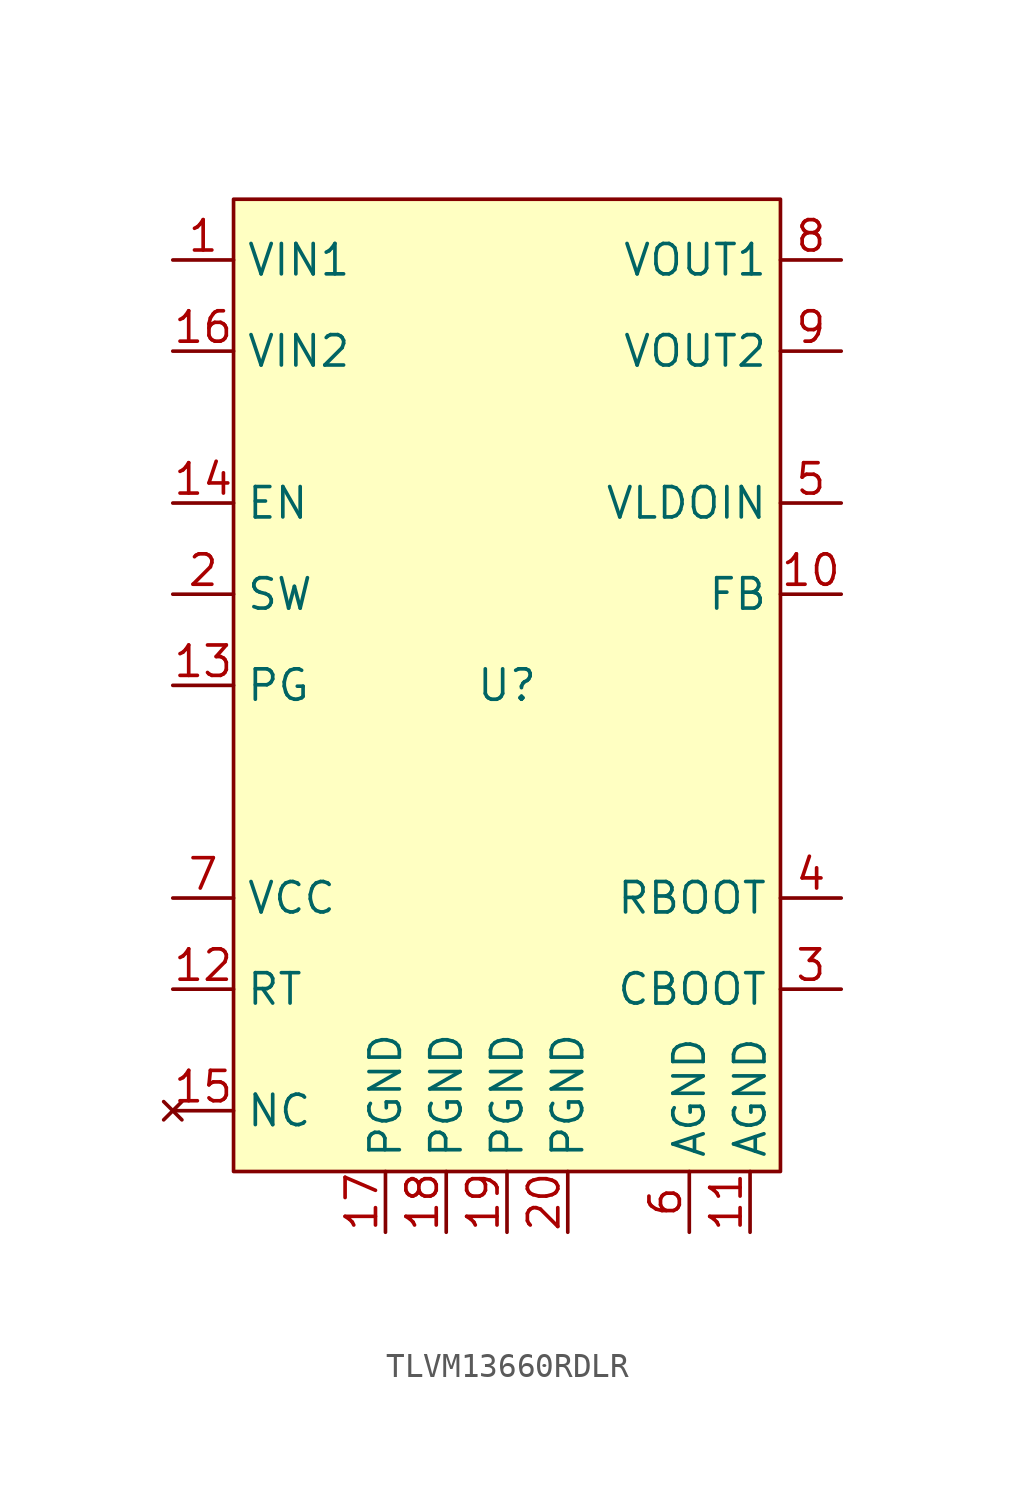
<source format=kicad_sym>
(kicad_symbol_lib
  (version 20231120)
  (generator "kicad_symbol_editor")
  (generator_version "8.0")
  (symbol "TLVM13660RDLR"
    (property "Reference" "U"
      (at 0 0 0)
      (effects (font (size 1.27 1.27))))
    (property "Value" ""
      (at 0 0 0)
      (effects (font (size 1.27 1.27))))
    (symbol "TLVM13660RDLR_0_0"
      (pin power_in line (at -13.97 17.78 0) (length 2.54) (name "VIN1" (effects (font (size 1.27 1.27)))) (number "1" (effects (font (size 1.27 1.27)))))
      (pin input line (at 13.97 3.81 180) (length 2.54) (name "FB" (effects (font (size 1.27 1.27)))) (number "10" (effects (font (size 1.27 1.27)))))
      (pin input line (at 10.16 -22.86 90) (length 2.54) (name "AGND" (effects (font (size 1.27 1.27)))) (number "11" (effects (font (size 1.27 1.27)))))
      (pin input line (at -13.97 -12.7 0) (length 2.54) (name "RT" (effects (font (size 1.27 1.27)))) (number "12" (effects (font (size 1.27 1.27)))))
      (pin output line (at -13.97 0 0) (length 2.54) (name "PG" (effects (font (size 1.27 1.27)))) (number "13" (effects (font (size 1.27 1.27)))))
      (pin input line (at -13.97 7.62 0) (length 2.54) (name "EN" (effects (font (size 1.27 1.27)))) (number "14" (effects (font (size 1.27 1.27)))))
      (pin no_connect line (at -13.97 -17.78 0) (length 2.54) (name "NC" (effects (font (size 1.27 1.27)))) (number "15" (effects (font (size 1.27 1.27)))))
      (pin power_in line (at -13.97 13.97 0) (length 2.54) (name "VIN2" (effects (font (size 1.27 1.27)))) (number "16" (effects (font (size 1.27 1.27)))))
      (pin power_out line (at -13.97 3.81 0) (length 2.54) (name "SW" (effects (font (size 1.27 1.27)))) (number "2" (effects (font (size 1.27 1.27)))))
      (pin input line (at 13.97 -12.7 180) (length 2.54) (name "CBOOT" (effects (font (size 1.27 1.27)))) (number "3" (effects (font (size 1.27 1.27)))))
      (pin input line (at 13.97 -8.89 180) (length 2.54) (name "RBOOT" (effects (font (size 1.27 1.27)))) (number "4" (effects (font (size 1.27 1.27)))))
      (pin input line (at 13.97 7.62 180) (length 2.54) (name "VLDOIN" (effects (font (size 1.27 1.27)))) (number "5" (effects (font (size 1.27 1.27)))))
      (pin input line (at 7.62 -22.86 90) (length 2.54) (name "AGND" (effects (font (size 1.27 1.27)))) (number "6" (effects (font (size 1.27 1.27)))))
      (pin input line (at -13.97 -8.89 0) (length 2.54) (name "VCC" (effects (font (size 1.27 1.27)))) (number "7" (effects (font (size 1.27 1.27)))))
      (pin power_out line (at 13.97 17.78 180) (length 2.54) (name "VOUT1" (effects (font (size 1.27 1.27)))) (number "8" (effects (font (size 1.27 1.27)))))
      (pin power_out line (at 13.97 13.97 180) (length 2.54) (name "VOUT2" (effects (font (size 1.27 1.27)))) (number "9" (effects (font (size 1.27 1.27))))))
    (symbol "TLVM13660RDLR_1_0"
      (pin input line (at -5.08 -22.86 90) (length 2.54) (name "PGND" (effects (font (size 1.27 1.27)))) (number "17" (effects (font (size 1.27 1.27)))))
      (pin input line (at -2.54 -22.86 90) (length 2.54) (name "PGND" (effects (font (size 1.27 1.27)))) (number "18" (effects (font (size 1.27 1.27)))))
      (pin input line (at 0 -22.86 90) (length 2.54) (name "PGND" (effects (font (size 1.27 1.27)))) (number "19" (effects (font (size 1.27 1.27)))))
      (pin input line (at 2.54 -22.86 90) (length 2.54) (name "PGND" (effects (font (size 1.27 1.27)))) (number "20" (effects (font (size 1.27 1.27))))))
    (symbol "TLVM13660RDLR_1_1"
      (rectangle (start -11.43 20.32) (end 11.43 -20.32) (stroke (width 0) (type default)) (fill (type background))))))
</source>
